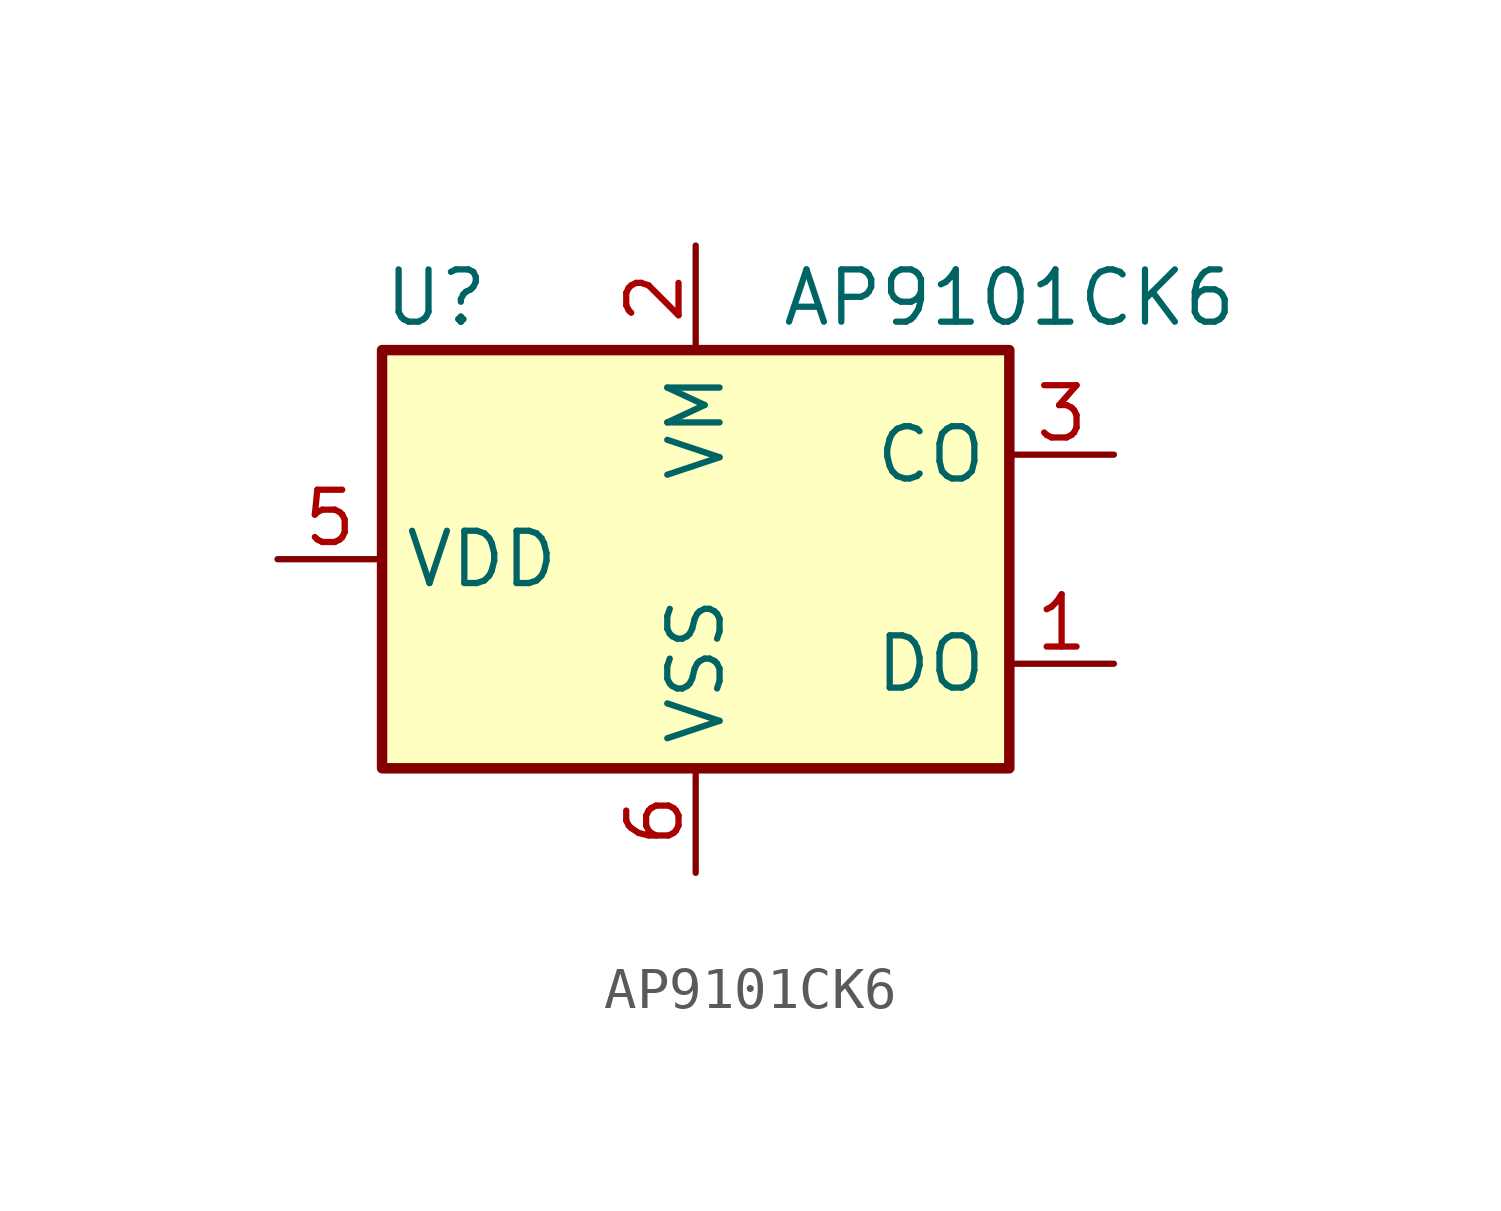
<source format=kicad_sym>
(kicad_symbol_lib
  (version 20220914)
  (generator kicad_symbol_editor)
  (symbol "AP9101CK6"
    (property "Reference" "U"
      (at -7.62 6.35 0)
      (effects (font (size 1.27 1.27)) (justify left)))
    (property "Value" "AP9101CK6"
      (at 7.62 6.35 0)
      (effects (font (size 1.27 1.27))))
    (symbol "AP9101CK6_0_1"
      (rectangle (start -7.62 5.08) (end 7.62 -5.08) (stroke (width 0.254) (type default)) (fill (type background))))
    (symbol "AP9101CK6_1_1"
      (pin output line (at 10.16 -2.54 180) (length 2.54) (name "DO" (effects (font (size 1.27 1.27)))) (number "1" (effects (font (size 1.27 1.27)))))
      (pin passive line (at 0 7.62 270) (length 2.54) (name "VM" (effects (font (size 1.27 1.27)))) (number "2" (effects (font (size 1.27 1.27)))))
      (pin output line (at 10.16 2.54 180) (length 2.54) (name "CO" (effects (font (size 1.27 1.27)))) (number "3" (effects (font (size 1.27 1.27)))))
      (pin no_connect line (at -7.62 -2.54 0) (length 2.54) hide (name "NC" (effects (font (size 1.27 1.27)))) (number "4" (effects (font (size 1.27 1.27)))))
      (pin power_in line (at -10.16 0 0) (length 2.54) (name "VDD" (effects (font (size 1.27 1.27)))) (number "5" (effects (font (size 1.27 1.27)))))
      (pin power_in line (at 0 -7.62 90) (length 2.54) (name "VSS" (effects (font (size 1.27 1.27)))) (number "6" (effects (font (size 1.27 1.27))))))))
</source>
